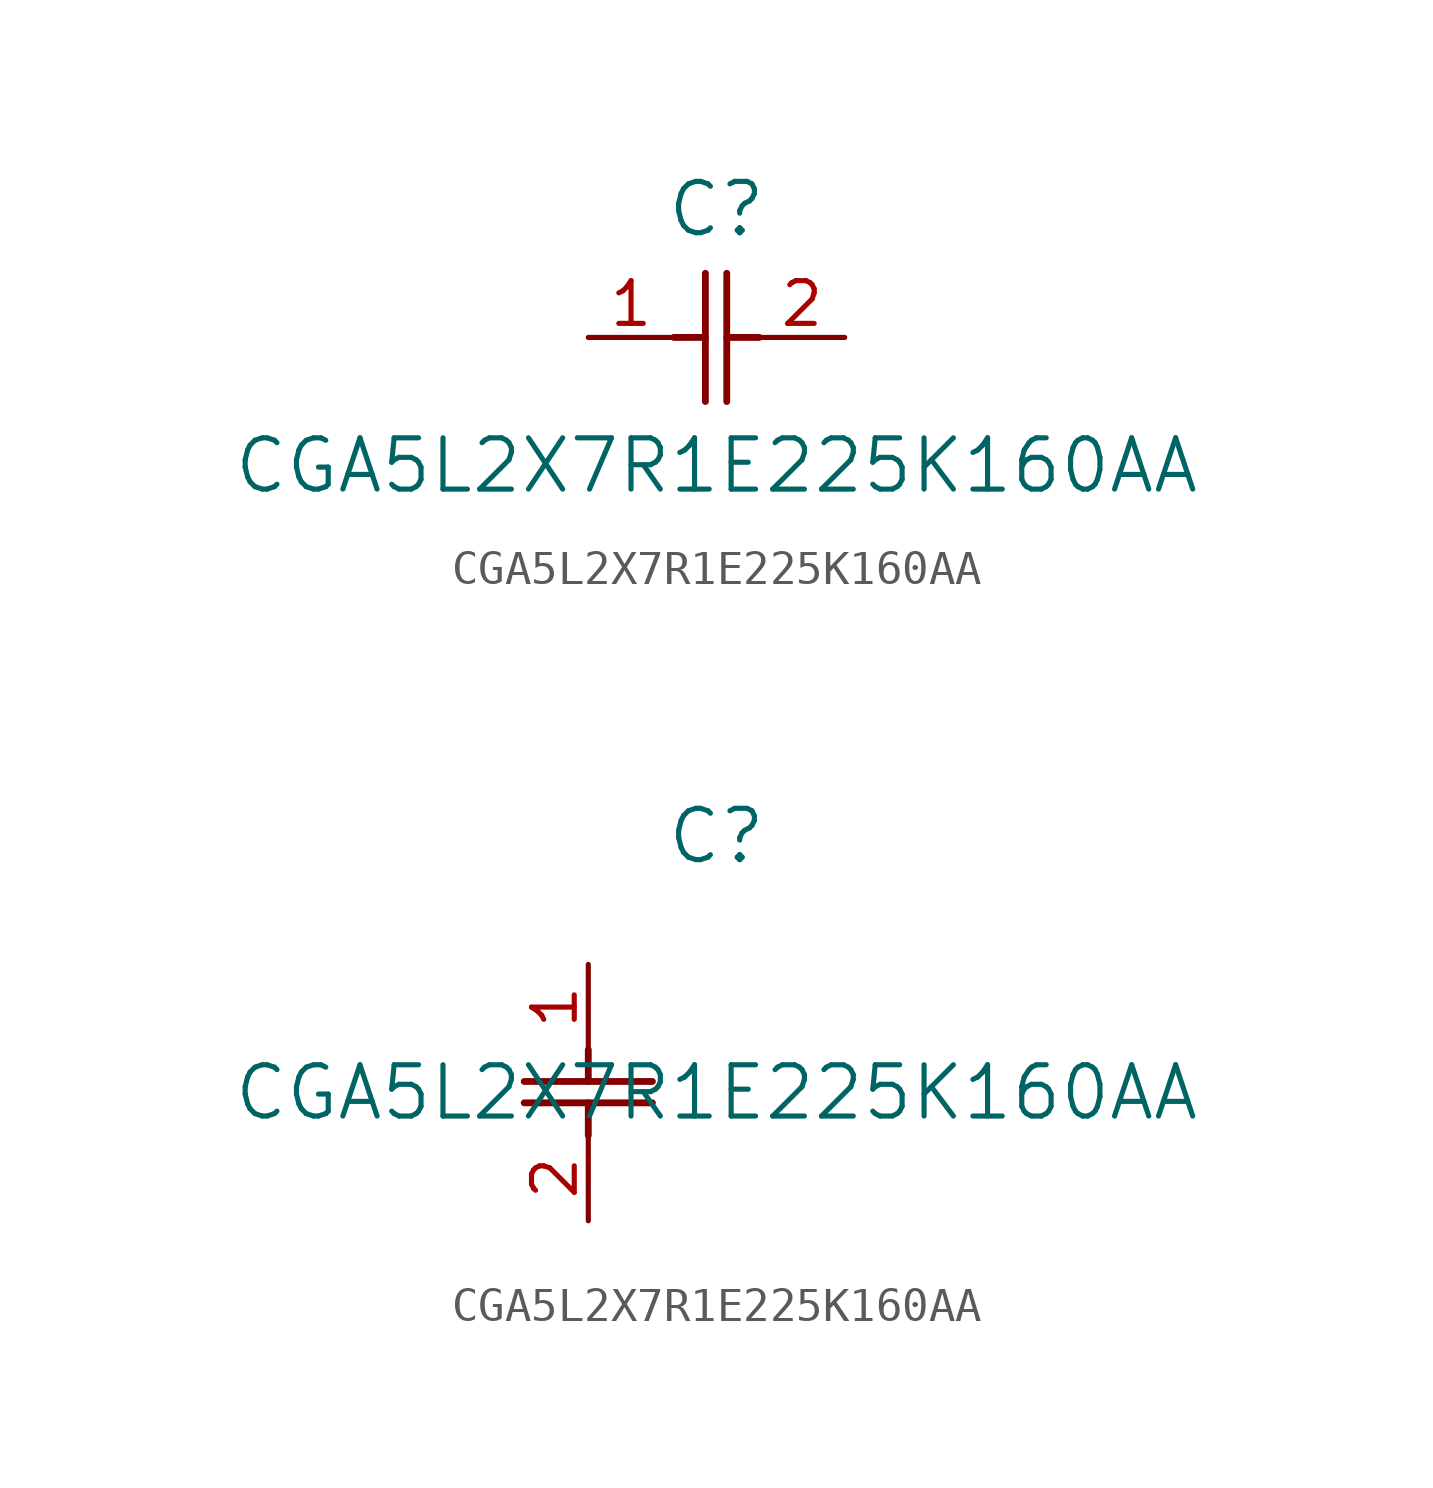
<source format=kicad_sym>
(kicad_symbol_lib
  (version 20211014)
  (generator kicad_symbol_editor)
  (symbol "CGA5L2X7R1E225K160AA"
    (pin_names
      (offset 0.254))
    (property "Reference" "C"
      (at 3.81 3.81 0)
      (effects (font (size 1.524 1.524))))
    (property "Value" "CGA5L2X7R1E225K160AA"
      (at 3.81 -3.81 0)
      (effects (font (size 1.524 1.524))))
    (symbol "CGA5L2X7R1E225K160AA_1_1"
      (polyline (pts (xy 3.48 -1.905) (xy 3.48 1.905)) (stroke (width 0.203) (type default) (color 0 0 0 0)) (fill (type none)))
      (polyline (pts (xy 4.115 -1.905) (xy 4.115 1.905)) (stroke (width 0.203) (type default) (color 0 0 0 0)) (fill (type none)))
      (polyline (pts (xy 4.115 0) (xy 5.08 0)) (stroke (width 0.203) (type default) (color 0 0 0 0)) (fill (type none)))
      (polyline (pts (xy 2.54 0) (xy 3.48 0)) (stroke (width 0.203) (type default) (color 0 0 0 0)) (fill (type none)))
      (pin unspecified line (at 0 0 0) (length 2.54) (name "" (effects (font (size 1.27 1.27)))) (number "1" (effects (font (size 1.27 1.27)))))
      (pin unspecified line (at 7.62 0 180) (length 2.54) (name "" (effects (font (size 1.27 1.27)))) (number "2" (effects (font (size 1.27 1.27))))))
    (symbol "CGA5L2X7R1E225K160AA_1_2"
      (polyline (pts (xy -1.905 -3.48) (xy 1.905 -3.48)) (stroke (width 0.203) (type default) (color 0 0 0 0)) (fill (type none)))
      (polyline (pts (xy -1.905 -4.115) (xy 1.905 -4.115)) (stroke (width 0.203) (type default) (color 0 0 0 0)) (fill (type none)))
      (polyline (pts (xy 0 -4.115) (xy 0 -5.08)) (stroke (width 0.203) (type default) (color 0 0 0 0)) (fill (type none)))
      (polyline (pts (xy 0 -2.54) (xy 0 -3.48)) (stroke (width 0.203) (type default) (color 0 0 0 0)) (fill (type none)))
      (pin unspecified line (at 0 0 270) (length 2.54) (name "" (effects (font (size 1.27 1.27)))) (number "1" (effects (font (size 1.27 1.27)))))
      (pin unspecified line (at 0 -7.62 90) (length 2.54) (name "" (effects (font (size 1.27 1.27)))) (number "2" (effects (font (size 1.27 1.27))))))))
</source>
